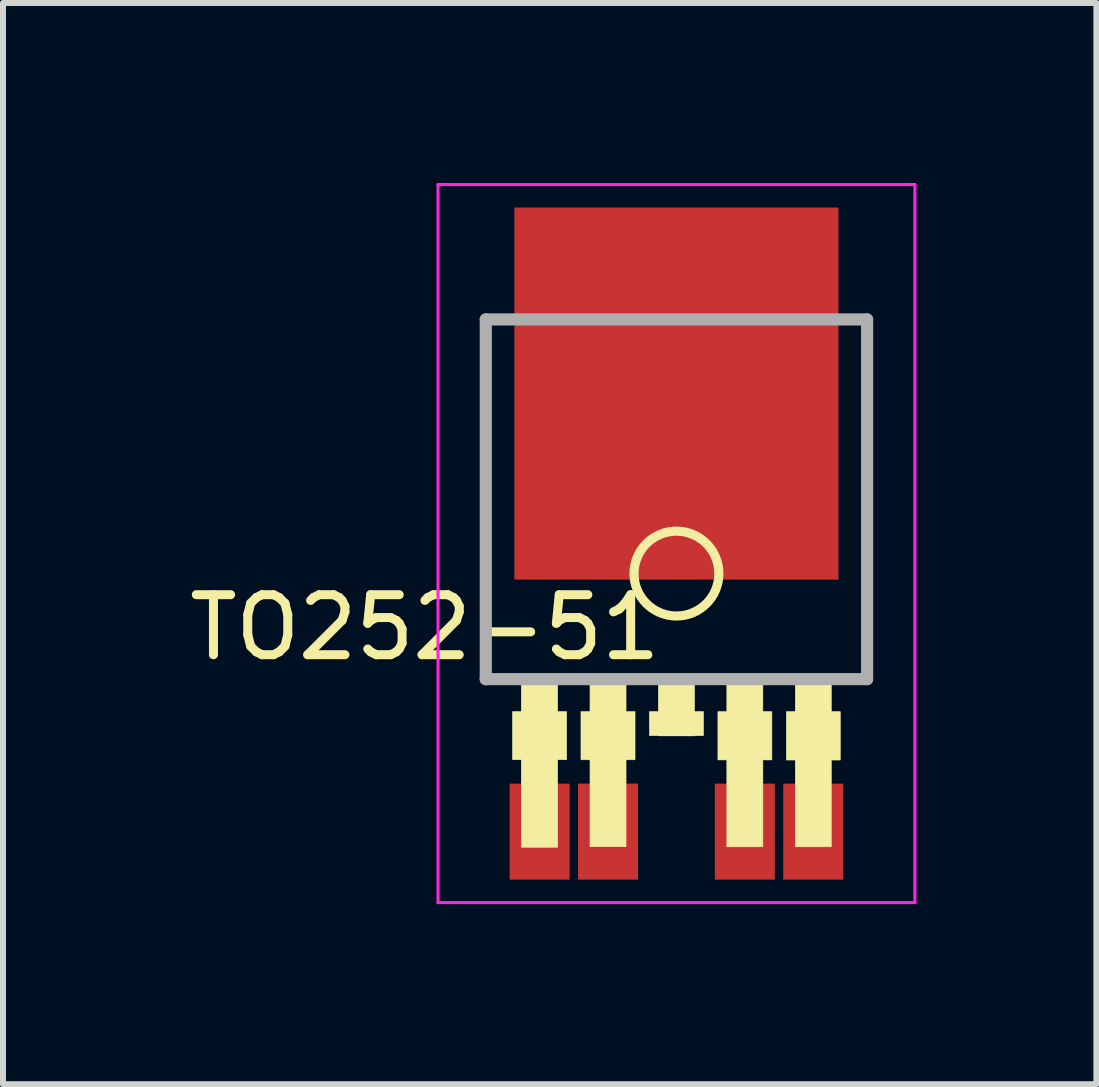
<source format=kicad_pcb>
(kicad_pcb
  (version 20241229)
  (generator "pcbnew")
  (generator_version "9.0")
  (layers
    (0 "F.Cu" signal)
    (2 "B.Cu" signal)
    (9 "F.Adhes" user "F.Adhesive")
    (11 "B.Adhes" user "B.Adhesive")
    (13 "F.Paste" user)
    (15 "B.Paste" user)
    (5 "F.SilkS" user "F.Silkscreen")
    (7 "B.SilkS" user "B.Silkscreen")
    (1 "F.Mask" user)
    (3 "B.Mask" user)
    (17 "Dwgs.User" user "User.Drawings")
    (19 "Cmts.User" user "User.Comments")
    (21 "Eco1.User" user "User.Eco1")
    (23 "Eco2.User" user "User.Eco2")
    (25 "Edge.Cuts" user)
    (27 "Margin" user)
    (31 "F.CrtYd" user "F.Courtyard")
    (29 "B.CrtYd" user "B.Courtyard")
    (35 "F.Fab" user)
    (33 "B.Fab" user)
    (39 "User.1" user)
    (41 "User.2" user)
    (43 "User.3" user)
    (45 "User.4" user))
  (footprint "TO252-51"
    (layer "F.Cu")
    (at 8.222 6.008)
    (property "Reference" "TO252-51" (at -4.191 1.397 180) (layer "F.SilkS") (effects (font (size 1 1) (thickness 0.15))))
    (attr smd)
    (fp_circle (center 0 0.5) (end 0.707 0.5) (stroke (width 0.152) (type solid)) (fill no) (layer "F.SilkS"))
    (fp_poly (pts (xy -2.731 2.8) (xy -1.83 2.8) (xy -1.83 3.601) (xy -2.731 3.601)) (stroke (width 0.01) (type solid)) (fill yes) (layer "F.SilkS"))
    (fp_poly (pts (xy -2.585 2.2) (xy -1.98 2.2) (xy -1.98 5.06) (xy -2.585 5.06)) (stroke (width 0.01) (type solid)) (fill yes) (layer "F.SilkS"))
    (fp_poly (pts (xy -1.591 2.8) (xy -0.69 2.8) (xy -0.69 3.602) (xy -1.591 3.602)) (stroke (width 0.01) (type solid)) (fill yes) (layer "F.SilkS"))
    (fp_poly (pts (xy -1.44 2.2) (xy -0.84 2.2) (xy -0.84 5.051) (xy -1.44 5.051)) (stroke (width 0.01) (type solid)) (fill yes) (layer "F.SilkS"))
    (fp_poly (pts (xy -0.45 2.8) (xy 0.45 2.8) (xy 0.45 3.2) (xy -0.45 3.2)) (stroke (width 0.01) (type solid)) (fill yes) (layer "F.SilkS"))
    (fp_poly (pts (xy -0.3 2.2) (xy 0.3 2.2) (xy 0.3 3.204) (xy -0.3 3.204)) (stroke (width 0.01) (type solid)) (fill yes) (layer "F.SilkS"))
    (fp_poly (pts (xy 0.691 2.8) (xy 1.59 2.8) (xy 1.59 3.605) (xy 0.691 3.605)) (stroke (width 0.01) (type solid)) (fill yes) (layer "F.SilkS"))
    (fp_poly (pts (xy 0.84 2.2) (xy 1.44 2.2) (xy 1.44 5.052) (xy 0.84 5.052)) (stroke (width 0.01) (type solid)) (fill yes) (layer "F.SilkS"))
    (fp_poly (pts (xy 1.833 2.8) (xy 2.73 2.8) (xy 2.73 3.607) (xy 1.833 3.607)) (stroke (width 0.01) (type solid)) (fill yes) (layer "F.SilkS"))
    (fp_poly (pts (xy 1.981 2.2) (xy 2.58 2.2) (xy 2.58 5.052) (xy 1.981 5.052)) (stroke (width 0.01) (type solid)) (fill yes) (layer "F.SilkS"))
    (fp_line (start -3.973 -5.983) (end 3.973 -5.983) (stroke (width 0.051) (type solid)) (layer "F.CrtYd"))
    (fp_line (start -3.973 5.983) (end -3.973 -5.983) (stroke (width 0.051) (type solid)) (layer "F.CrtYd"))
    (fp_line (start 3.973 -5.983) (end 3.973 5.983) (stroke (width 0.051) (type solid)) (layer "F.CrtYd"))
    (fp_line (start 3.973 5.983) (end -3.973 5.983) (stroke (width 0.051) (type solid)) (layer "F.CrtYd"))
    (fp_line (start -3.177 -3.735) (end 3.177 -3.735) (stroke (width 0.203) (type solid)) (layer "F.Fab"))
    (fp_line (start -3.177 2.26) (end -3.177 -3.735) (stroke (width 0.203) (type solid)) (layer "F.Fab"))
    (fp_line (start 3.177 -3.735) (end 3.177 2.259) (stroke (width 0.203) (type solid)) (layer "F.Fab"))
    (fp_line (start 3.177 2.259) (end -3.178 2.259) (stroke (width 0.203) (type solid)) (layer "F.Fab"))
    (pad "1" smd rect (at -2.28 4.8) (size 1 1.6) (layers "F.Cu" "F.Mask" "F.Paste"))
    (pad "2" smd rect (at -1.14 4.8) (size 1 1.6) (layers "F.Cu" "F.Mask" "F.Paste"))
    (pad "3" smd rect (at 1.14 4.8) (size 1 1.6) (layers "F.Cu" "F.Mask" "F.Paste"))
    (pad "4" smd rect (at 2.28 4.8) (size 1 1.6) (layers "F.Cu" "F.Mask" "F.Paste"))
    (pad "5" smd rect (at 0 -2.5) (size 5.4 6.2) (layers "F.Cu" "F.Mask" "F.Paste")))
  (gr_rect
    (start -3 -3)
    (end 15.22 15.017)
    (stroke (width 0.1) (type default))
    (fill no)
    (layer "Edge.Cuts")))
</source>
